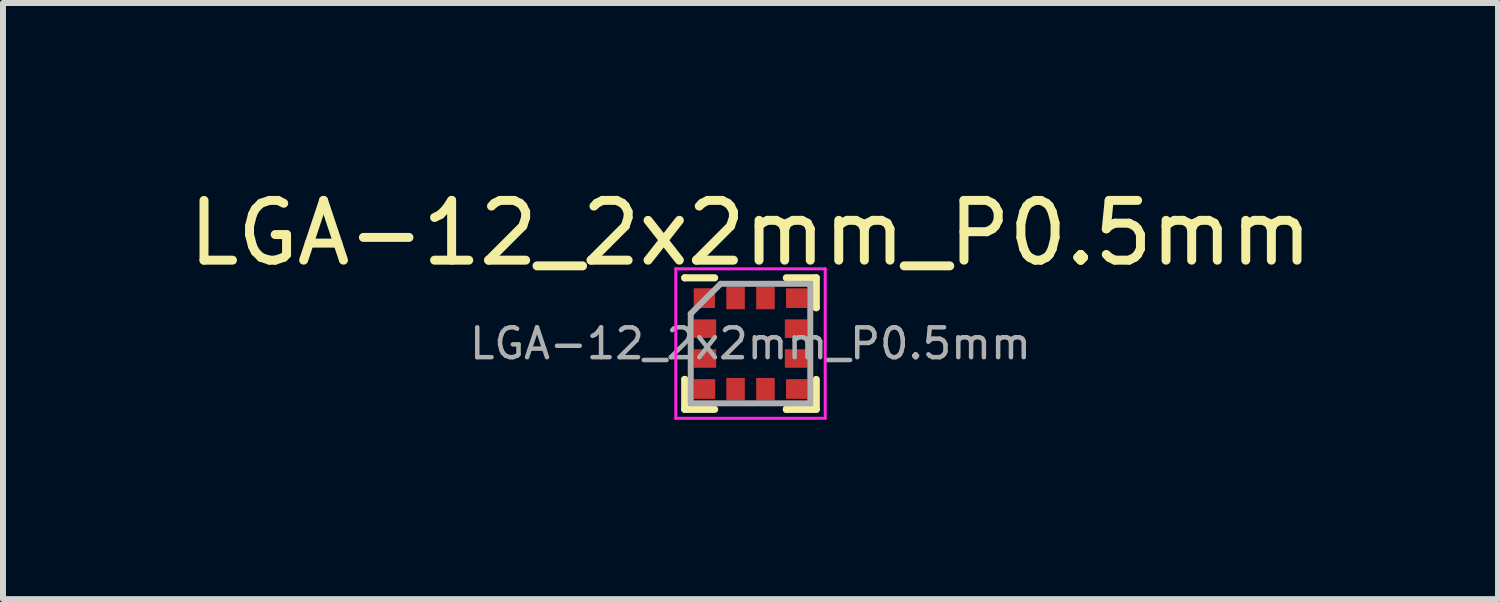
<source format=kicad_pcb>
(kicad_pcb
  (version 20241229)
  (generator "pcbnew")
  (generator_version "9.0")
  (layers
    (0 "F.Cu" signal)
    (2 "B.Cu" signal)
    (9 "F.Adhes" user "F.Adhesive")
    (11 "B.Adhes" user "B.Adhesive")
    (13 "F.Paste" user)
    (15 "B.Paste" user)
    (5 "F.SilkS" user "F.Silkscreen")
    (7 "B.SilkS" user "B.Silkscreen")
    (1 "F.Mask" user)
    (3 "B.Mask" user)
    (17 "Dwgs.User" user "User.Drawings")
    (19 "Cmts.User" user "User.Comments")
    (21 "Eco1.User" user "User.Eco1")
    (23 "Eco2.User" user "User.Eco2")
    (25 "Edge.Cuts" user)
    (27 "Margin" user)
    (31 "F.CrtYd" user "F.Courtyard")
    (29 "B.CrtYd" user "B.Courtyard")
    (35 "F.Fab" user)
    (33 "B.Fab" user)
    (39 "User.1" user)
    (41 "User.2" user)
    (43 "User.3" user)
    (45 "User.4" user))
  (footprint "LGA-12_2x2mm_P0.5mm"
    (layer "F.Cu")
    (at 9.506 2.698)
    (property "Reference" "LGA-12_2x2mm_P0.5mm" (at 0 -1.85 0) (layer "F.SilkS") (effects (font (size 1 1) (thickness 0.15))))
    (attr smd)
    (fp_line (start -1.1 -1.1) (end -1.1 -1.1) (stroke (width 0.12) (type solid)) (layer "F.SilkS"))
    (fp_line (start -1.1 0.6) (end -1.1 0.6) (stroke (width 0.12) (type solid)) (layer "F.SilkS"))
    (fp_line (start -1.1 1.1) (end -1.1 0.6) (stroke (width 0.12) (type solid)) (layer "F.SilkS"))
    (fp_line (start -0.6 -1.1) (end -1.1 -1.1) (stroke (width 0.12) (type solid)) (layer "F.SilkS"))
    (fp_line (start -0.6 1.1) (end -1.1 1.1) (stroke (width 0.12) (type solid)) (layer "F.SilkS"))
    (fp_line (start 0.6 -1.1) (end 1.1 -1.1) (stroke (width 0.12) (type solid)) (layer "F.SilkS"))
    (fp_line (start 0.6 1.1) (end 0.6 1.1) (stroke (width 0.12) (type solid)) (layer "F.SilkS"))
    (fp_line (start 1.1 -1.1) (end 1.1 -0.6) (stroke (width 0.12) (type solid)) (layer "F.SilkS"))
    (fp_line (start 1.1 -0.6) (end 1.1 -0.6) (stroke (width 0.12) (type solid)) (layer "F.SilkS"))
    (fp_line (start 1.1 0.6) (end 1.1 1.1) (stroke (width 0.12) (type solid)) (layer "F.SilkS"))
    (fp_line (start 1.1 1.1) (end 0.6 1.1) (stroke (width 0.12) (type solid)) (layer "F.SilkS"))
    (fp_line (start -1.25 -1.25) (end 1.25 -1.25) (stroke (width 0.05) (type solid)) (layer "F.CrtYd"))
    (fp_line (start -1.25 1.25) (end -1.25 -1.25) (stroke (width 0.05) (type solid)) (layer "F.CrtYd"))
    (fp_line (start 1.25 -1.25) (end 1.25 1.25) (stroke (width 0.05) (type solid)) (layer "F.CrtYd"))
    (fp_line (start 1.25 1.25) (end -1.25 1.25) (stroke (width 0.05) (type solid)) (layer "F.CrtYd"))
    (fp_line (start -1 -0.5) (end -0.5 -1) (stroke (width 0.1) (type solid)) (layer "F.Fab"))
    (fp_line (start -1 1) (end -1 -0.5) (stroke (width 0.1) (type solid)) (layer "F.Fab"))
    (fp_line (start -0.5 -1) (end 1 -1) (stroke (width 0.1) (type solid)) (layer "F.Fab"))
    (fp_line (start 1 -1) (end 1 1) (stroke (width 0.1) (type solid)) (layer "F.Fab"))
    (fp_line (start 1 1) (end -1 1) (stroke (width 0.1) (type solid)) (layer "F.Fab"))
    (fp_text user "${REFERENCE}" (at 0 0 0) (layer "F.Fab") (effects (font (size 0.5 0.5) (thickness 0.075))))
    (pad "1" smd rect (at -0.772 -0.76) (size 0.355 0.33) (layers "F.Cu" "F.Mask" "F.Paste"))
    (pad "2" smd rect (at -0.762 -0.25) (size 0.375 0.31) (layers "F.Cu" "F.Mask" "F.Paste"))
    (pad "3" smd rect (at -0.762 0.25) (size 0.375 0.31) (layers "F.Cu" "F.Mask" "F.Paste"))
    (pad "4" smd rect (at -0.77 0.76) (size 0.36 0.33) (layers "F.Cu" "F.Mask" "F.Paste"))
    (pad "5" smd rect (at -0.25 0.762 90) (size 0.375 0.31) (layers "F.Cu" "F.Mask" "F.Paste"))
    (pad "6" smd rect (at 0.25 0.762 90) (size 0.375 0.31) (layers "F.Cu" "F.Mask" "F.Paste"))
    (pad "7" smd rect (at 0.772 0.76) (size 0.355 0.33) (layers "F.Cu" "F.Mask" "F.Paste"))
    (pad "8" smd rect (at 0.762 0.25) (size 0.375 0.31) (layers "F.Cu" "F.Mask" "F.Paste"))
    (pad "9" smd rect (at 0.762 -0.25) (size 0.375 0.31) (layers "F.Cu" "F.Mask" "F.Paste"))
    (pad "10" smd rect (at 0.772 -0.76) (size 0.355 0.33) (layers "F.Cu" "F.Mask" "F.Paste"))
    (pad "11" smd rect (at 0.25 -0.762 90) (size 0.375 0.31) (layers "F.Cu" "F.Mask" "F.Paste"))
    (pad "12" smd rect (at -0.25 -0.762 90) (size 0.375 0.31) (layers "F.Cu" "F.Mask" "F.Paste")))
  (gr_rect
    (start -3 -3)
    (end 22.012 6.973)
    (stroke (width 0.1) (type default))
    (fill no)
    (layer "Edge.Cuts")))
</source>
